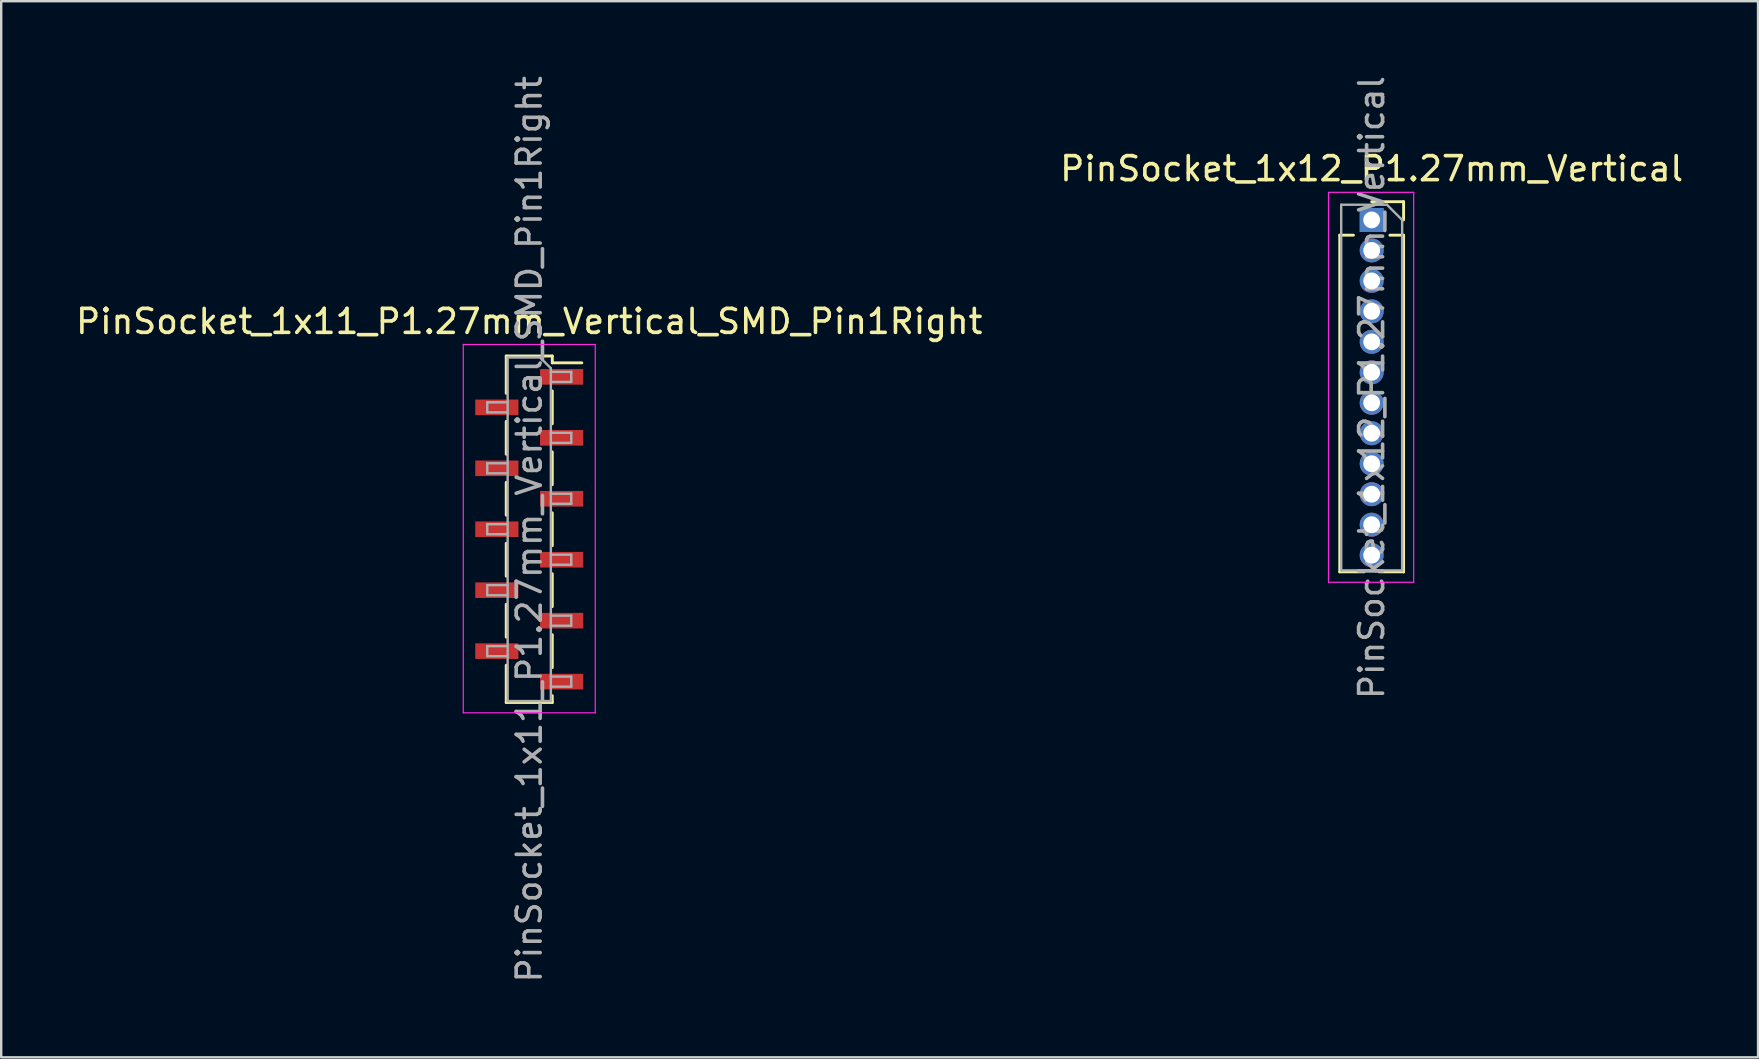
<source format=kicad_pcb>
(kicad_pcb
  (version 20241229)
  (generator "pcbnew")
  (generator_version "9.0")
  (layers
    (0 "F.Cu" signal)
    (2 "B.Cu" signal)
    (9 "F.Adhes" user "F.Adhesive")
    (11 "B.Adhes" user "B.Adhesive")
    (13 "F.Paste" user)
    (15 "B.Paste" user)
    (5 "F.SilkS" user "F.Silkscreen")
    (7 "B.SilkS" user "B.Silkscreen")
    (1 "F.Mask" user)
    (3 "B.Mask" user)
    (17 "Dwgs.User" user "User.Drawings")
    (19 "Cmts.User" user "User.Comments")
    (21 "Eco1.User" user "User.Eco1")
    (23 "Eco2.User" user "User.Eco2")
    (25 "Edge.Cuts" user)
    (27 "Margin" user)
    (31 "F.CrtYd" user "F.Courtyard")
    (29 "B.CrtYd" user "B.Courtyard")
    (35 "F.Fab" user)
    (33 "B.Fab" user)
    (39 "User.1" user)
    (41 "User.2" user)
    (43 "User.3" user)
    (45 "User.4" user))
  (footprint "PinSocket_1x12_P1.27mm_Vertical"
    (layer "F.Cu")
    (at 54.113 6.116)
    (property "Reference" "PinSocket_1x12_P1.27mm_Vertical" (at 0 -2.135 0) (layer "F.SilkS") (effects (font (size 1 1) (thickness 0.15))))
    (attr through_hole)
    (fp_line (start -1.33 0.635) (end -1.33 14.665) (stroke (width 0.12) (type solid)) (layer "F.SilkS"))
    (fp_line (start -1.33 0.635) (end -0.76 0.635) (stroke (width 0.12) (type solid)) (layer "F.SilkS"))
    (fp_line (start -1.33 14.665) (end -0.308 14.665) (stroke (width 0.12) (type solid)) (layer "F.SilkS"))
    (fp_line (start 0 -0.76) (end 1.33 -0.76) (stroke (width 0.12) (type solid)) (layer "F.SilkS"))
    (fp_line (start 0.308 14.665) (end 1.33 14.665) (stroke (width 0.12) (type solid)) (layer "F.SilkS"))
    (fp_line (start 0.76 0.635) (end 1.33 0.635) (stroke (width 0.12) (type solid)) (layer "F.SilkS"))
    (fp_line (start 1.33 -0.76) (end 1.33 0) (stroke (width 0.12) (type solid)) (layer "F.SilkS"))
    (fp_line (start 1.33 0.635) (end 1.33 14.665) (stroke (width 0.12) (type solid)) (layer "F.SilkS"))
    (fp_line (start -1.8 -1.15) (end 1.75 -1.15) (stroke (width 0.05) (type solid)) (layer "F.CrtYd"))
    (fp_line (start -1.8 15.1) (end -1.8 -1.15) (stroke (width 0.05) (type solid)) (layer "F.CrtYd"))
    (fp_line (start 1.75 -1.15) (end 1.75 15.1) (stroke (width 0.05) (type solid)) (layer "F.CrtYd"))
    (fp_line (start 1.75 15.1) (end -1.8 15.1) (stroke (width 0.05) (type solid)) (layer "F.CrtYd"))
    (fp_line (start -1.27 -0.635) (end 0.635 -0.635) (stroke (width 0.1) (type solid)) (layer "F.Fab"))
    (fp_line (start -1.27 14.605) (end -1.27 -0.635) (stroke (width 0.1) (type solid)) (layer "F.Fab"))
    (fp_line (start 0.635 -0.635) (end 1.27 0) (stroke (width 0.1) (type solid)) (layer "F.Fab"))
    (fp_line (start 1.27 0) (end 1.27 14.605) (stroke (width 0.1) (type solid)) (layer "F.Fab"))
    (fp_line (start 1.27 14.605) (end -1.27 14.605) (stroke (width 0.1) (type solid)) (layer "F.Fab"))
    (fp_text user "${REFERENCE}" (at 0 6.985 90) (layer "F.Fab") (effects (font (size 1 1) (thickness 0.15))))
    (pad "1" thru_hole rect (at 0 0) (size 1 1) (drill 0.7) (layers "*.Cu" "*.Mask"))
    (pad "2" thru_hole oval (at 0 1.27) (size 1 1) (drill 0.7) (layers "*.Cu" "*.Mask"))
    (pad "3" thru_hole oval (at 0 2.54) (size 1 1) (drill 0.7) (layers "*.Cu" "*.Mask"))
    (pad "4" thru_hole oval (at 0 3.81) (size 1 1) (drill 0.7) (layers "*.Cu" "*.Mask"))
    (pad "5" thru_hole oval (at 0 5.08) (size 1 1) (drill 0.7) (layers "*.Cu" "*.Mask"))
    (pad "6" thru_hole oval (at 0 6.35) (size 1 1) (drill 0.7) (layers "*.Cu" "*.Mask"))
    (pad "7" thru_hole oval (at 0 7.62) (size 1 1) (drill 0.7) (layers "*.Cu" "*.Mask"))
    (pad "8" thru_hole oval (at 0 8.89) (size 1 1) (drill 0.7) (layers "*.Cu" "*.Mask"))
    (pad "9" thru_hole oval (at 0 10.16) (size 1 1) (drill 0.7) (layers "*.Cu" "*.Mask"))
    (pad "10" thru_hole oval (at 0 11.43) (size 1 1) (drill 0.7) (layers "*.Cu" "*.Mask"))
    (pad "11" thru_hole oval (at 0 12.7) (size 1 1) (drill 0.7) (layers "*.Cu" "*.Mask"))
    (pad "12" thru_hole oval (at 0 13.97) (size 1 1) (drill 0.7) (layers "*.Cu" "*.Mask")))
  (footprint "PinSocket_1x11_P1.27mm_Vertical_SMD_Pin1Right"
    (layer "F.Cu")
    (at 19.006 19.006)
    (property "Reference" "PinSocket_1x11_P1.27mm_Vertical_SMD_Pin1Right" (at 0 -8.66 0) (layer "F.SilkS") (effects (font (size 1 1) (thickness 0.15))))
    (attr smd)
    (fp_line (start -0.96 -7.22) (end -0.96 -5.665) (stroke (width 0.12) (type solid)) (layer "F.SilkS"))
    (fp_line (start -0.96 -7.22) (end 0.96 -7.22) (stroke (width 0.12) (type solid)) (layer "F.SilkS"))
    (fp_line (start -0.96 -4.495) (end -0.96 -3.125) (stroke (width 0.12) (type solid)) (layer "F.SilkS"))
    (fp_line (start -0.96 -1.955) (end -0.96 -0.585) (stroke (width 0.12) (type solid)) (layer "F.SilkS"))
    (fp_line (start -0.96 0.585) (end -0.96 1.955) (stroke (width 0.12) (type solid)) (layer "F.SilkS"))
    (fp_line (start -0.96 3.125) (end -0.96 4.495) (stroke (width 0.12) (type solid)) (layer "F.SilkS"))
    (fp_line (start -0.96 5.665) (end -0.96 7.22) (stroke (width 0.12) (type solid)) (layer "F.SilkS"))
    (fp_line (start -0.96 7.22) (end 0.96 7.22) (stroke (width 0.12) (type solid)) (layer "F.SilkS"))
    (fp_line (start 0.96 -7.22) (end 0.96 -6.935) (stroke (width 0.12) (type solid)) (layer "F.SilkS"))
    (fp_line (start 0.96 -6.935) (end 2.19 -6.935) (stroke (width 0.12) (type solid)) (layer "F.SilkS"))
    (fp_line (start 0.96 -5.765) (end 0.96 -4.395) (stroke (width 0.12) (type solid)) (layer "F.SilkS"))
    (fp_line (start 0.96 -3.225) (end 0.96 -1.855) (stroke (width 0.12) (type solid)) (layer "F.SilkS"))
    (fp_line (start 0.96 -0.685) (end 0.96 0.685) (stroke (width 0.12) (type solid)) (layer "F.SilkS"))
    (fp_line (start 0.96 1.855) (end 0.96 3.225) (stroke (width 0.12) (type solid)) (layer "F.SilkS"))
    (fp_line (start 0.96 4.395) (end 0.96 5.765) (stroke (width 0.12) (type solid)) (layer "F.SilkS"))
    (fp_line (start 0.96 6.935) (end 0.96 7.22) (stroke (width 0.12) (type solid)) (layer "F.SilkS"))
    (fp_line (start -2.75 -7.7) (end 2.75 -7.7) (stroke (width 0.05) (type solid)) (layer "F.CrtYd"))
    (fp_line (start -2.75 7.65) (end -2.75 -7.7) (stroke (width 0.05) (type solid)) (layer "F.CrtYd"))
    (fp_line (start 2.75 -7.7) (end 2.75 7.65) (stroke (width 0.05) (type solid)) (layer "F.CrtYd"))
    (fp_line (start 2.75 7.65) (end -2.75 7.65) (stroke (width 0.05) (type solid)) (layer "F.CrtYd"))
    (fp_line (start -1.75 -5.29) (end -0.9 -5.29) (stroke (width 0.1) (type solid)) (layer "F.Fab"))
    (fp_line (start -1.75 -4.87) (end -1.75 -5.29) (stroke (width 0.1) (type solid)) (layer "F.Fab"))
    (fp_line (start -1.75 -2.75) (end -0.9 -2.75) (stroke (width 0.1) (type solid)) (layer "F.Fab"))
    (fp_line (start -1.75 -2.33) (end -1.75 -2.75) (stroke (width 0.1) (type solid)) (layer "F.Fab"))
    (fp_line (start -1.75 -0.21) (end -0.9 -0.21) (stroke (width 0.1) (type solid)) (layer "F.Fab"))
    (fp_line (start -1.75 0.21) (end -1.75 -0.21) (stroke (width 0.1) (type solid)) (layer "F.Fab"))
    (fp_line (start -1.75 2.33) (end -0.9 2.33) (stroke (width 0.1) (type solid)) (layer "F.Fab"))
    (fp_line (start -1.75 2.75) (end -1.75 2.33) (stroke (width 0.1) (type solid)) (layer "F.Fab"))
    (fp_line (start -1.75 4.87) (end -0.9 4.87) (stroke (width 0.1) (type solid)) (layer "F.Fab"))
    (fp_line (start -1.75 5.29) (end -1.75 4.87) (stroke (width 0.1) (type solid)) (layer "F.Fab"))
    (fp_line (start -0.9 -7.16) (end 0.45 -7.16) (stroke (width 0.1) (type solid)) (layer "F.Fab"))
    (fp_line (start -0.9 -4.87) (end -1.75 -4.87) (stroke (width 0.1) (type solid)) (layer "F.Fab"))
    (fp_line (start -0.9 -2.33) (end -1.75 -2.33) (stroke (width 0.1) (type solid)) (layer "F.Fab"))
    (fp_line (start -0.9 0.21) (end -1.75 0.21) (stroke (width 0.1) (type solid)) (layer "F.Fab"))
    (fp_line (start -0.9 2.75) (end -1.75 2.75) (stroke (width 0.1) (type solid)) (layer "F.Fab"))
    (fp_line (start -0.9 5.29) (end -1.75 5.29) (stroke (width 0.1) (type solid)) (layer "F.Fab"))
    (fp_line (start -0.9 7.16) (end -0.9 -7.16) (stroke (width 0.1) (type solid)) (layer "F.Fab"))
    (fp_line (start 0.45 -7.16) (end 0.9 -6.71) (stroke (width 0.1) (type solid)) (layer "F.Fab"))
    (fp_line (start 0.9 -6.71) (end 0.9 7.16) (stroke (width 0.1) (type solid)) (layer "F.Fab"))
    (fp_line (start 0.9 -6.56) (end 1.75 -6.56) (stroke (width 0.1) (type solid)) (layer "F.Fab"))
    (fp_line (start 0.9 -4.02) (end 1.75 -4.02) (stroke (width 0.1) (type solid)) (layer "F.Fab"))
    (fp_line (start 0.9 -1.48) (end 1.75 -1.48) (stroke (width 0.1) (type solid)) (layer "F.Fab"))
    (fp_line (start 0.9 1.06) (end 1.75 1.06) (stroke (width 0.1) (type solid)) (layer "F.Fab"))
    (fp_line (start 0.9 3.6) (end 1.75 3.6) (stroke (width 0.1) (type solid)) (layer "F.Fab"))
    (fp_line (start 0.9 6.14) (end 1.75 6.14) (stroke (width 0.1) (type solid)) (layer "F.Fab"))
    (fp_line (start 0.9 7.16) (end -0.9 7.16) (stroke (width 0.1) (type solid)) (layer "F.Fab"))
    (fp_line (start 1.75 -6.56) (end 1.75 -6.14) (stroke (width 0.1) (type solid)) (layer "F.Fab"))
    (fp_line (start 1.75 -6.14) (end 0.9 -6.14) (stroke (width 0.1) (type solid)) (layer "F.Fab"))
    (fp_line (start 1.75 -4.02) (end 1.75 -3.6) (stroke (width 0.1) (type solid)) (layer "F.Fab"))
    (fp_line (start 1.75 -3.6) (end 0.9 -3.6) (stroke (width 0.1) (type solid)) (layer "F.Fab"))
    (fp_line (start 1.75 -1.48) (end 1.75 -1.06) (stroke (width 0.1) (type solid)) (layer "F.Fab"))
    (fp_line (start 1.75 -1.06) (end 0.9 -1.06) (stroke (width 0.1) (type solid)) (layer "F.Fab"))
    (fp_line (start 1.75 1.06) (end 1.75 1.48) (stroke (width 0.1) (type solid)) (layer "F.Fab"))
    (fp_line (start 1.75 1.48) (end 0.9 1.48) (stroke (width 0.1) (type solid)) (layer "F.Fab"))
    (fp_line (start 1.75 3.6) (end 1.75 4.02) (stroke (width 0.1) (type solid)) (layer "F.Fab"))
    (fp_line (start 1.75 4.02) (end 0.9 4.02) (stroke (width 0.1) (type solid)) (layer "F.Fab"))
    (fp_line (start 1.75 6.14) (end 1.75 6.56) (stroke (width 0.1) (type solid)) (layer "F.Fab"))
    (fp_line (start 1.75 6.56) (end 0.9 6.56) (stroke (width 0.1) (type solid)) (layer "F.Fab"))
    (fp_text user "${REFERENCE}" (at 0 0 90) (layer "F.Fab") (effects (font (size 1 1) (thickness 0.15))))
    (pad "1" smd rect (at 1.35 -6.35) (size 1.8 0.65) (layers "F.Cu" "F.Mask" "F.Paste"))
    (pad "2" smd rect (at -1.35 -5.08) (size 1.8 0.65) (layers "F.Cu" "F.Mask" "F.Paste"))
    (pad "3" smd rect (at 1.35 -3.81) (size 1.8 0.65) (layers "F.Cu" "F.Mask" "F.Paste"))
    (pad "4" smd rect (at -1.35 -2.54) (size 1.8 0.65) (layers "F.Cu" "F.Mask" "F.Paste"))
    (pad "5" smd rect (at 1.35 -1.27) (size 1.8 0.65) (layers "F.Cu" "F.Mask" "F.Paste"))
    (pad "6" smd rect (at -1.35 0) (size 1.8 0.65) (layers "F.Cu" "F.Mask" "F.Paste"))
    (pad "7" smd rect (at 1.35 1.27) (size 1.8 0.65) (layers "F.Cu" "F.Mask" "F.Paste"))
    (pad "8" smd rect (at -1.35 2.54) (size 1.8 0.65) (layers "F.Cu" "F.Mask" "F.Paste"))
    (pad "9" smd rect (at 1.35 3.81) (size 1.8 0.65) (layers "F.Cu" "F.Mask" "F.Paste"))
    (pad "10" smd rect (at -1.35 5.08) (size 1.8 0.65) (layers "F.Cu" "F.Mask" "F.Paste"))
    (pad "11" smd rect (at 1.35 6.35) (size 1.8 0.65) (layers "F.Cu" "F.Mask" "F.Paste")))
  (gr_rect
    (start -3 -3)
    (end 70.214 41.012)
    (stroke (width 0.1) (type default))
    (fill no)
    (layer "Edge.Cuts")))
</source>
